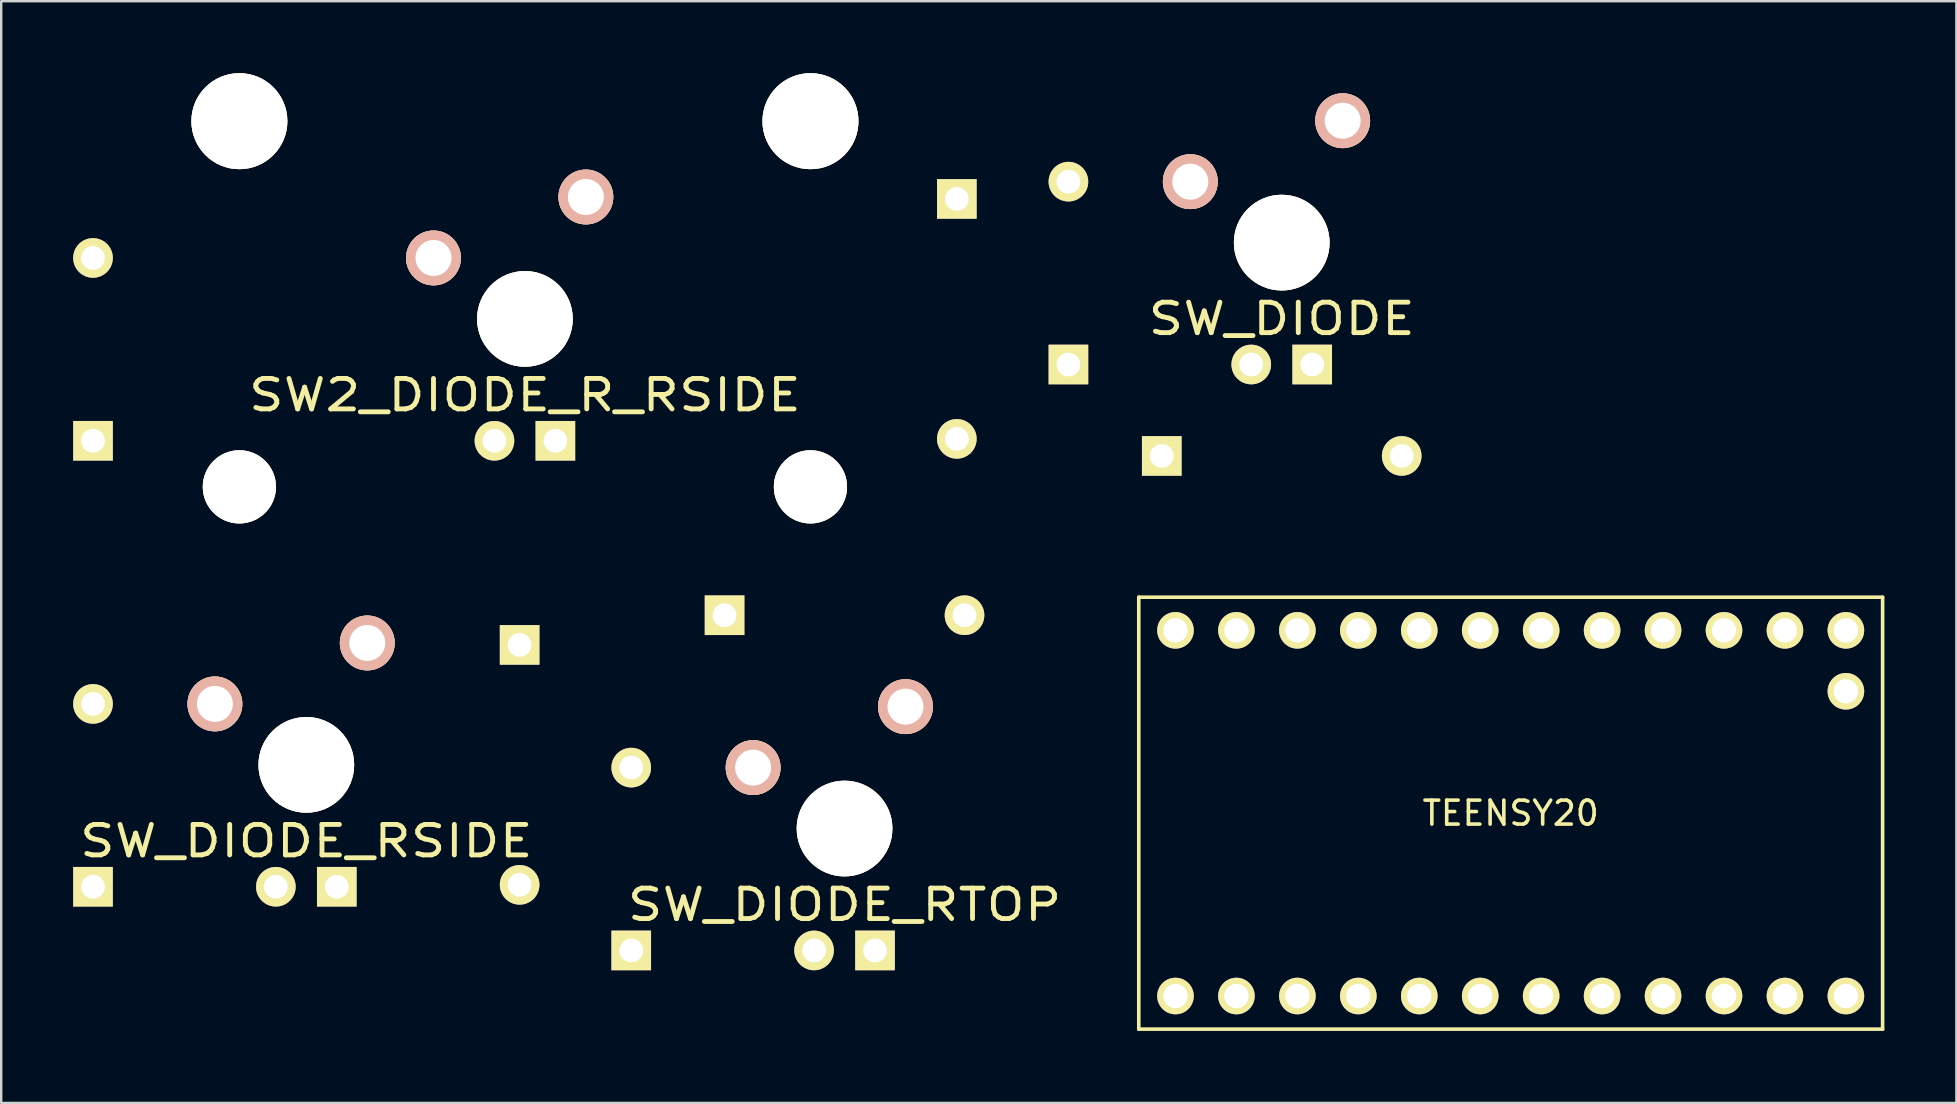
<source format=kicad_pcb>
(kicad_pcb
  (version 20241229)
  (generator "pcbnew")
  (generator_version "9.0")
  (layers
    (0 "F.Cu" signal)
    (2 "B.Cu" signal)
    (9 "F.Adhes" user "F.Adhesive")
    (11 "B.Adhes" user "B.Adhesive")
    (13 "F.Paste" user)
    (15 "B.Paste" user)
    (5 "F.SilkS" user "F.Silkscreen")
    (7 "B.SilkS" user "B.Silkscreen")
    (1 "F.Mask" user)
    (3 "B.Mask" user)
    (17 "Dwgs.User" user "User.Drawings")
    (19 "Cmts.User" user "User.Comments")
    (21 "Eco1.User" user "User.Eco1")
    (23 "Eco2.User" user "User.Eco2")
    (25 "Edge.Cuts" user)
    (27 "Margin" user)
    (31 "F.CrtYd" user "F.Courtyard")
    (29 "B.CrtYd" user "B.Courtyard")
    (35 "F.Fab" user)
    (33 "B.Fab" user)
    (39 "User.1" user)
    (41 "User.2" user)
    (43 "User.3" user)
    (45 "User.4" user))
  (footprint "SW2_DIODE_R_RSIDE"
    (layer "F.Cu")
    (at 18.826 10.24)
    (property "Reference" "SW2_DIODE_R_RSIDE" (at 0 3.175 0) (layer "F.SilkS") (effects (font (size 1.27 1.524) (thickness 0.203))))
    (attr through_hole)
    (fp_line (start -6.985 -6.985) (end 6.985 -6.985) (stroke (width 0.152) (type solid)) (layer "Eco2.User"))
    (fp_line (start -6.985 6.985) (end -6.985 -6.985) (stroke (width 0.152) (type solid)) (layer "Eco2.User"))
    (fp_line (start 6.985 -6.985) (end 6.985 6.985) (stroke (width 0.152) (type solid)) (layer "Eco2.User"))
    (fp_line (start 6.985 6.985) (end -6.985 6.985) (stroke (width 0.152) (type solid)) (layer "Eco2.User"))
    (pad "1" thru_hole circle (at 2.54 -5.08) (size 2.286 2.286) (drill 1.499) (layers "*.Cu" "*.SilkS" "*.Mask"))
    (pad "2" thru_hole circle (at -3.81 -2.54) (size 2.286 2.286) (drill 1.499) (layers "*.Cu" "*.SilkS" "*.Mask"))
    (pad "3" thru_hole circle (at -18 -2.54) (size 1.651 1.651) (drill 0.991) (layers "*.Cu" "*.Mask" "F.SilkS"))
    (pad "4" thru_hole rect (at -18 5.08) (size 1.651 1.651) (drill 0.991) (layers "*.Cu" "*.Mask" "F.SilkS"))
    (pad "5" thru_hole circle (at 18 5) (size 1.651 1.651) (drill 0.991) (layers "*.Cu" "*.Mask" "F.SilkS"))
    (pad "6" thru_hole rect (at 18 -5) (size 1.651 1.651) (drill 0.991) (layers "*.Cu" "*.Mask" "F.SilkS"))
    (pad "7" thru_hole circle (at -1.27 5.08) (size 1.651 1.651) (drill 0.991) (layers "*.Cu" "*.Mask" "F.SilkS"))
    (pad "8" thru_hole rect (at 1.27 5.08) (size 1.651 1.651) (drill 0.991) (layers "*.Cu" "*.Mask" "F.SilkS"))
    (pad "HOLE" thru_hole circle (at -11.9 -8.24) (size 4 4) (drill 4) (layers "*.Cu" "*.Mask" "F.SilkS"))
    (pad "HOLE" thru_hole circle (at -11.9 7) (size 3.05 3.05) (drill 3.05) (layers "*.Cu" "*.Mask" "F.SilkS"))
    (pad "HOLE" thru_hole circle (at 0 0) (size 3.988 3.988) (drill 3.988) (layers "*.Cu" "*.Mask" "F.SilkS"))
    (pad "HOLE" thru_hole circle (at 11.9 -8.24) (size 4 4) (drill 4) (layers "*.Cu" "*.Mask" "F.SilkS"))
    (pad "HOLE" thru_hole circle (at 11.9 7) (size 3.05 3.05) (drill 3.05) (layers "*.Cu" "*.Mask" "F.SilkS")))
  (footprint "TEENSY20"
    (layer "F.Cu")
    (at 59.909 30.84)
    (property "Reference" "TEENSY20" (at 0 0 0) (layer "F.SilkS") (effects (font (size 1 1) (thickness 0.15))))
    (attr through_hole)
    (fp_line (start -15.5 -9) (end 15.5 -9) (stroke (width 0.15) (type solid)) (layer "F.SilkS"))
    (fp_line (start -15.5 9) (end -15.5 -9) (stroke (width 0.15) (type solid)) (layer "F.SilkS"))
    (fp_line (start 15.5 -9) (end 15.5 9) (stroke (width 0.15) (type solid)) (layer "F.SilkS"))
    (fp_line (start 15.5 9) (end -15.5 9) (stroke (width 0.15) (type solid)) (layer "F.SilkS"))
    (pad "0" thru_hole circle (at -13.97 7.62) (size 1.524 1.524) (drill 1.016) (layers "*.Cu" "*.Mask" "F.SilkS"))
    (pad "1" thru_hole circle (at -11.43 7.62) (size 1.524 1.524) (drill 1.016) (layers "*.Cu" "*.Mask" "F.SilkS"))
    (pad "2" thru_hole circle (at -8.89 7.62) (size 1.524 1.524) (drill 1.016) (layers "*.Cu" "*.Mask" "F.SilkS"))
    (pad "3" thru_hole circle (at -6.35 7.62) (size 1.524 1.524) (drill 1.016) (layers "*.Cu" "*.Mask" "F.SilkS"))
    (pad "4" thru_hole circle (at -3.81 7.62) (size 1.524 1.524) (drill 1.016) (layers "*.Cu" "*.Mask" "F.SilkS"))
    (pad "5" thru_hole circle (at -1.27 7.62) (size 1.524 1.524) (drill 1.016) (layers "*.Cu" "*.Mask" "F.SilkS"))
    (pad "6" thru_hole circle (at 1.27 7.62) (size 1.524 1.524) (drill 1.016) (layers "*.Cu" "*.Mask" "F.SilkS"))
    (pad "7" thru_hole circle (at 3.81 7.62) (size 1.524 1.524) (drill 1.016) (layers "*.Cu" "*.Mask" "F.SilkS"))
    (pad "8" thru_hole circle (at 6.35 7.62) (size 1.524 1.524) (drill 1.016) (layers "*.Cu" "*.Mask" "F.SilkS"))
    (pad "9" thru_hole circle (at 8.89 7.62) (size 1.524 1.524) (drill 1.016) (layers "*.Cu" "*.Mask" "F.SilkS"))
    (pad "10" thru_hole circle (at 11.43 7.62) (size 1.524 1.524) (drill 1.016) (layers "*.Cu" "*.Mask" "F.SilkS"))
    (pad "11" thru_hole circle (at 13.97 7.62) (size 1.524 1.524) (drill 1.016) (layers "*.Cu" "*.Mask" "F.SilkS"))
    (pad "12" thru_hole circle (at 13.97 -7.62) (size 1.524 1.524) (drill 1.016) (layers "*.Cu" "*.Mask" "F.SilkS"))
    (pad "13" thru_hole circle (at 11.43 -7.62) (size 1.524 1.524) (drill 1.016) (layers "*.Cu" "*.Mask" "F.SilkS"))
    (pad "14" thru_hole circle (at 8.89 -7.62) (size 1.524 1.524) (drill 1.016) (layers "*.Cu" "*.Mask" "F.SilkS"))
    (pad "15" thru_hole circle (at 6.35 -7.62) (size 1.524 1.524) (drill 1.016) (layers "*.Cu" "*.Mask" "F.SilkS"))
    (pad "16" thru_hole circle (at 3.81 -7.62) (size 1.524 1.524) (drill 1.016) (layers "*.Cu" "*.Mask" "F.SilkS"))
    (pad "17" thru_hole circle (at 1.27 -7.62) (size 1.524 1.524) (drill 1.016) (layers "*.Cu" "*.Mask" "F.SilkS"))
    (pad "18" thru_hole circle (at -1.27 -7.62) (size 1.524 1.524) (drill 1.016) (layers "*.Cu" "*.Mask" "F.SilkS"))
    (pad "19" thru_hole circle (at -3.81 -7.62) (size 1.524 1.524) (drill 1.016) (layers "*.Cu" "*.Mask" "F.SilkS"))
    (pad "20" thru_hole circle (at -6.35 -7.62) (size 1.524 1.524) (drill 1.016) (layers "*.Cu" "*.Mask" "F.SilkS"))
    (pad "21" thru_hole circle (at -8.89 -7.62) (size 1.524 1.524) (drill 1.016) (layers "*.Cu" "*.Mask" "F.SilkS"))
    (pad "22" thru_hole circle (at -11.43 -7.62) (size 1.524 1.524) (drill 1.016) (layers "*.Cu" "*.Mask" "F.SilkS"))
    (pad "23" thru_hole circle (at -13.97 -7.62) (size 1.524 1.524) (drill 1.016) (layers "*.Cu" "*.Mask" "F.SilkS"))
    (pad "24" thru_hole circle (at 13.97 -5.08) (size 1.524 1.524) (drill 1.016) (layers "*.Cu" "*.Mask" "F.SilkS")))
  (footprint "SW_DIODE_RSIDE"
    (layer "F.Cu")
    (at 9.716 28.826)
    (property "Reference" "SW_DIODE_RSIDE" (at 0 3.175 0) (layer "F.SilkS") (effects (font (size 1.27 1.524) (thickness 0.203))))
    (attr through_hole)
    (fp_line (start -6.985 -6.985) (end 6.985 -6.985) (stroke (width 0.152) (type solid)) (layer "Eco2.User"))
    (fp_line (start -6.985 6.985) (end -6.985 -6.985) (stroke (width 0.152) (type solid)) (layer "Eco2.User"))
    (fp_line (start 6.985 -6.985) (end 6.985 6.985) (stroke (width 0.152) (type solid)) (layer "Eco2.User"))
    (fp_line (start 6.985 6.985) (end -6.985 6.985) (stroke (width 0.152) (type solid)) (layer "Eco2.User"))
    (pad "1" thru_hole circle (at 2.54 -5.08) (size 2.286 2.286) (drill 1.499) (layers "*.Cu" "*.SilkS" "*.Mask"))
    (pad "2" thru_hole circle (at -3.81 -2.54) (size 2.286 2.286) (drill 1.499) (layers "*.Cu" "*.SilkS" "*.Mask"))
    (pad "3" thru_hole circle (at -8.89 -2.54) (size 1.651 1.651) (drill 0.991) (layers "*.Cu" "*.Mask" "F.SilkS"))
    (pad "4" thru_hole rect (at -8.89 5.08) (size 1.651 1.651) (drill 0.991) (layers "*.Cu" "*.Mask" "F.SilkS"))
    (pad "5" thru_hole circle (at 8.89 5) (size 1.651 1.651) (drill 0.991) (layers "*.Cu" "*.Mask" "F.SilkS"))
    (pad "6" thru_hole rect (at 8.89 -5) (size 1.651 1.651) (drill 0.991) (layers "*.Cu" "*.Mask" "F.SilkS"))
    (pad "7" thru_hole circle (at -1.27 5.08) (size 1.651 1.651) (drill 0.991) (layers "*.Cu" "*.Mask" "F.SilkS"))
    (pad "8" thru_hole rect (at 1.27 5.08) (size 1.651 1.651) (drill 0.991) (layers "*.Cu" "*.Mask" "F.SilkS"))
    (pad "HOLE" thru_hole circle (at 0 0) (size 3.988 3.988) (drill 3.988) (layers "*.Cu" "*.Mask" "F.SilkS")))
  (footprint "SW_DIODE"
    (layer "F.Cu")
    (at 50.367 7.061)
    (property "Reference" "SW_DIODE" (at 0 3.175 0) (layer "F.SilkS") (effects (font (size 1.27 1.524) (thickness 0.203))))
    (attr through_hole)
    (fp_line (start -6.985 -6.985) (end 6.985 -6.985) (stroke (width 0.152) (type solid)) (layer "Eco2.User"))
    (fp_line (start -6.985 6.985) (end -6.985 -6.985) (stroke (width 0.152) (type solid)) (layer "Eco2.User"))
    (fp_line (start 6.985 -6.985) (end 6.985 6.985) (stroke (width 0.152) (type solid)) (layer "Eco2.User"))
    (fp_line (start 6.985 6.985) (end -6.985 6.985) (stroke (width 0.152) (type solid)) (layer "Eco2.User"))
    (pad "1" thru_hole circle (at 2.54 -5.08) (size 2.286 2.286) (drill 1.499) (layers "*.Cu" "*.SilkS" "*.Mask"))
    (pad "2" thru_hole circle (at -3.81 -2.54) (size 2.286 2.286) (drill 1.499) (layers "*.Cu" "*.SilkS" "*.Mask"))
    (pad "3" thru_hole circle (at -8.89 -2.54) (size 1.651 1.651) (drill 0.991) (layers "*.Cu" "*.Mask" "F.SilkS"))
    (pad "4" thru_hole rect (at -8.89 5.08) (size 1.651 1.651) (drill 0.991) (layers "*.Cu" "*.Mask" "F.SilkS"))
    (pad "5" thru_hole circle (at 5 8.89) (size 1.651 1.651) (drill 0.991) (layers "*.Cu" "*.Mask" "F.SilkS"))
    (pad "6" thru_hole rect (at -5 8.89) (size 1.651 1.651) (drill 0.991) (layers "*.Cu" "*.Mask" "F.SilkS"))
    (pad "7" thru_hole circle (at -1.27 5.08) (size 1.651 1.651) (drill 0.991) (layers "*.Cu" "*.Mask" "F.SilkS"))
    (pad "8" thru_hole rect (at 1.27 5.08) (size 1.651 1.651) (drill 0.991) (layers "*.Cu" "*.Mask" "F.SilkS"))
    (pad "HOLE" thru_hole circle (at 0 0) (size 3.988 3.988) (drill 3.988) (layers "*.Cu" "*.Mask" "F.SilkS")))
  (footprint "SW_DIODE_RTOP"
    (layer "F.Cu")
    (at 32.147 31.48)
    (property "Reference" "SW_DIODE_RTOP" (at 0 3.175 0) (layer "F.SilkS") (effects (font (size 1.27 1.524) (thickness 0.203))))
    (attr through_hole)
    (fp_line (start -6.985 -6.985) (end 6.985 -6.985) (stroke (width 0.152) (type solid)) (layer "Eco2.User"))
    (fp_line (start -6.985 6.985) (end -6.985 -6.985) (stroke (width 0.152) (type solid)) (layer "Eco2.User"))
    (fp_line (start 6.985 -6.985) (end 6.985 6.985) (stroke (width 0.152) (type solid)) (layer "Eco2.User"))
    (fp_line (start 6.985 6.985) (end -6.985 6.985) (stroke (width 0.152) (type solid)) (layer "Eco2.User"))
    (pad "1" thru_hole circle (at 2.54 -5.08) (size 2.286 2.286) (drill 1.499) (layers "*.Cu" "*.SilkS" "*.Mask"))
    (pad "2" thru_hole circle (at -3.81 -2.54) (size 2.286 2.286) (drill 1.499) (layers "*.Cu" "*.SilkS" "*.Mask"))
    (pad "3" thru_hole circle (at -8.89 -2.54) (size 1.651 1.651) (drill 0.991) (layers "*.Cu" "*.Mask" "F.SilkS"))
    (pad "4" thru_hole rect (at -8.89 5.08) (size 1.651 1.651) (drill 0.991) (layers "*.Cu" "*.Mask" "F.SilkS"))
    (pad "5" thru_hole circle (at 5 -8.89) (size 1.651 1.651) (drill 0.991) (layers "*.Cu" "*.Mask" "F.SilkS"))
    (pad "6" thru_hole rect (at -5 -8.89) (size 1.651 1.651) (drill 0.991) (layers "*.Cu" "*.Mask" "F.SilkS"))
    (pad "7" thru_hole circle (at -1.27 5.08) (size 1.651 1.651) (drill 0.991) (layers "*.Cu" "*.Mask" "F.SilkS"))
    (pad "8" thru_hole rect (at 1.27 5.08) (size 1.651 1.651) (drill 0.991) (layers "*.Cu" "*.Mask" "F.SilkS"))
    (pad "HOLE" thru_hole circle (at 0 0) (size 3.988 3.988) (drill 3.988) (layers "*.Cu" "*.Mask" "F.SilkS")))
  (gr_rect
    (start -3 -3)
    (end 78.484 42.915)
    (stroke (width 0.1) (type default))
    (fill no)
    (layer "Edge.Cuts")))
</source>
